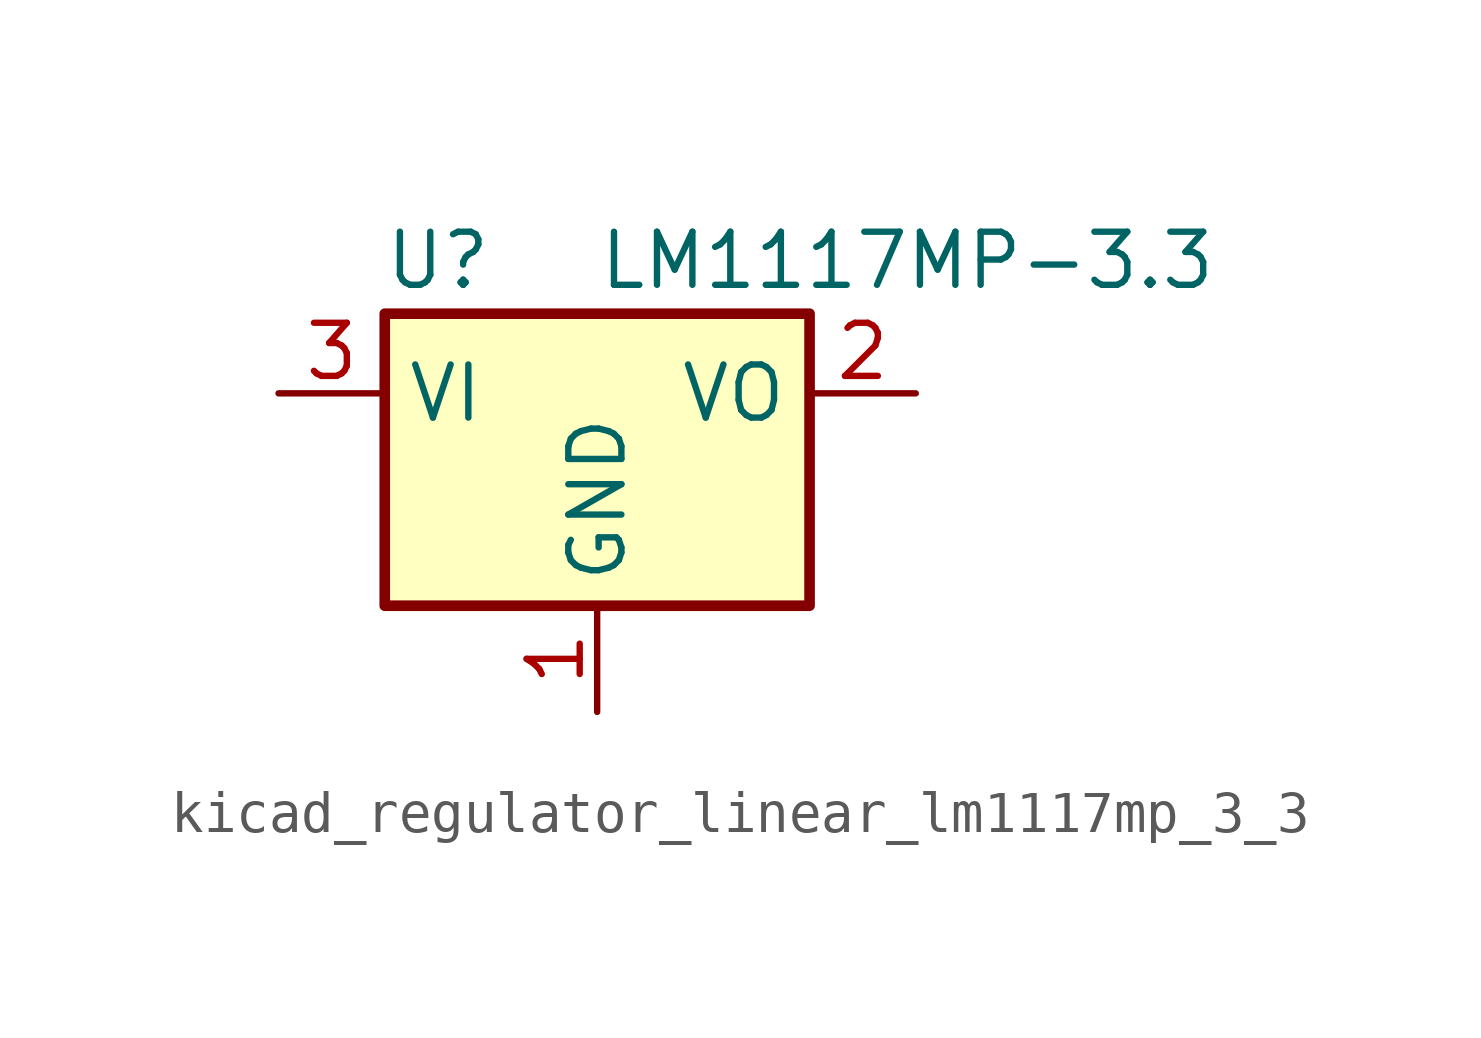
<source format=kicad_sym>
(kicad_symbol_lib
  (version 20220914)
  (generator kicad_symbol_editor)
  (symbol "kicad_regulator_linear_lm1117mp_3_3"
    (property "Reference" "U"
      (at -3.81 3.175 0)
      (effects (font (size 1.27 1.27))))
    (property "Value" "LM1117MP-3.3"
      (at 0 3.175 0)
      (effects (font (size 1.27 1.27)) (justify left)))
    (symbol "kicad_regulator_linear_lm1117mp_3_3_0_1"
      (rectangle (start -5.08 -5.08) (end 5.08 1.905) (stroke (width 0.254) (type default)) (fill (type background))))
    (symbol "kicad_regulator_linear_lm1117mp_3_3_1_1"
      (pin power_in line (at 0 -7.62 90) (length 2.54) (name "GND" (effects (font (size 1.27 1.27)))) (number "1" (effects (font (size 1.27 1.27)))))
      (pin power_out line (at 7.62 0 180) (length 2.54) (name "VO" (effects (font (size 1.27 1.27)))) (number "2" (effects (font (size 1.27 1.27)))))
      (pin power_in line (at -7.62 0 0) (length 2.54) (name "VI" (effects (font (size 1.27 1.27)))) (number "3" (effects (font (size 1.27 1.27))))))))
</source>
